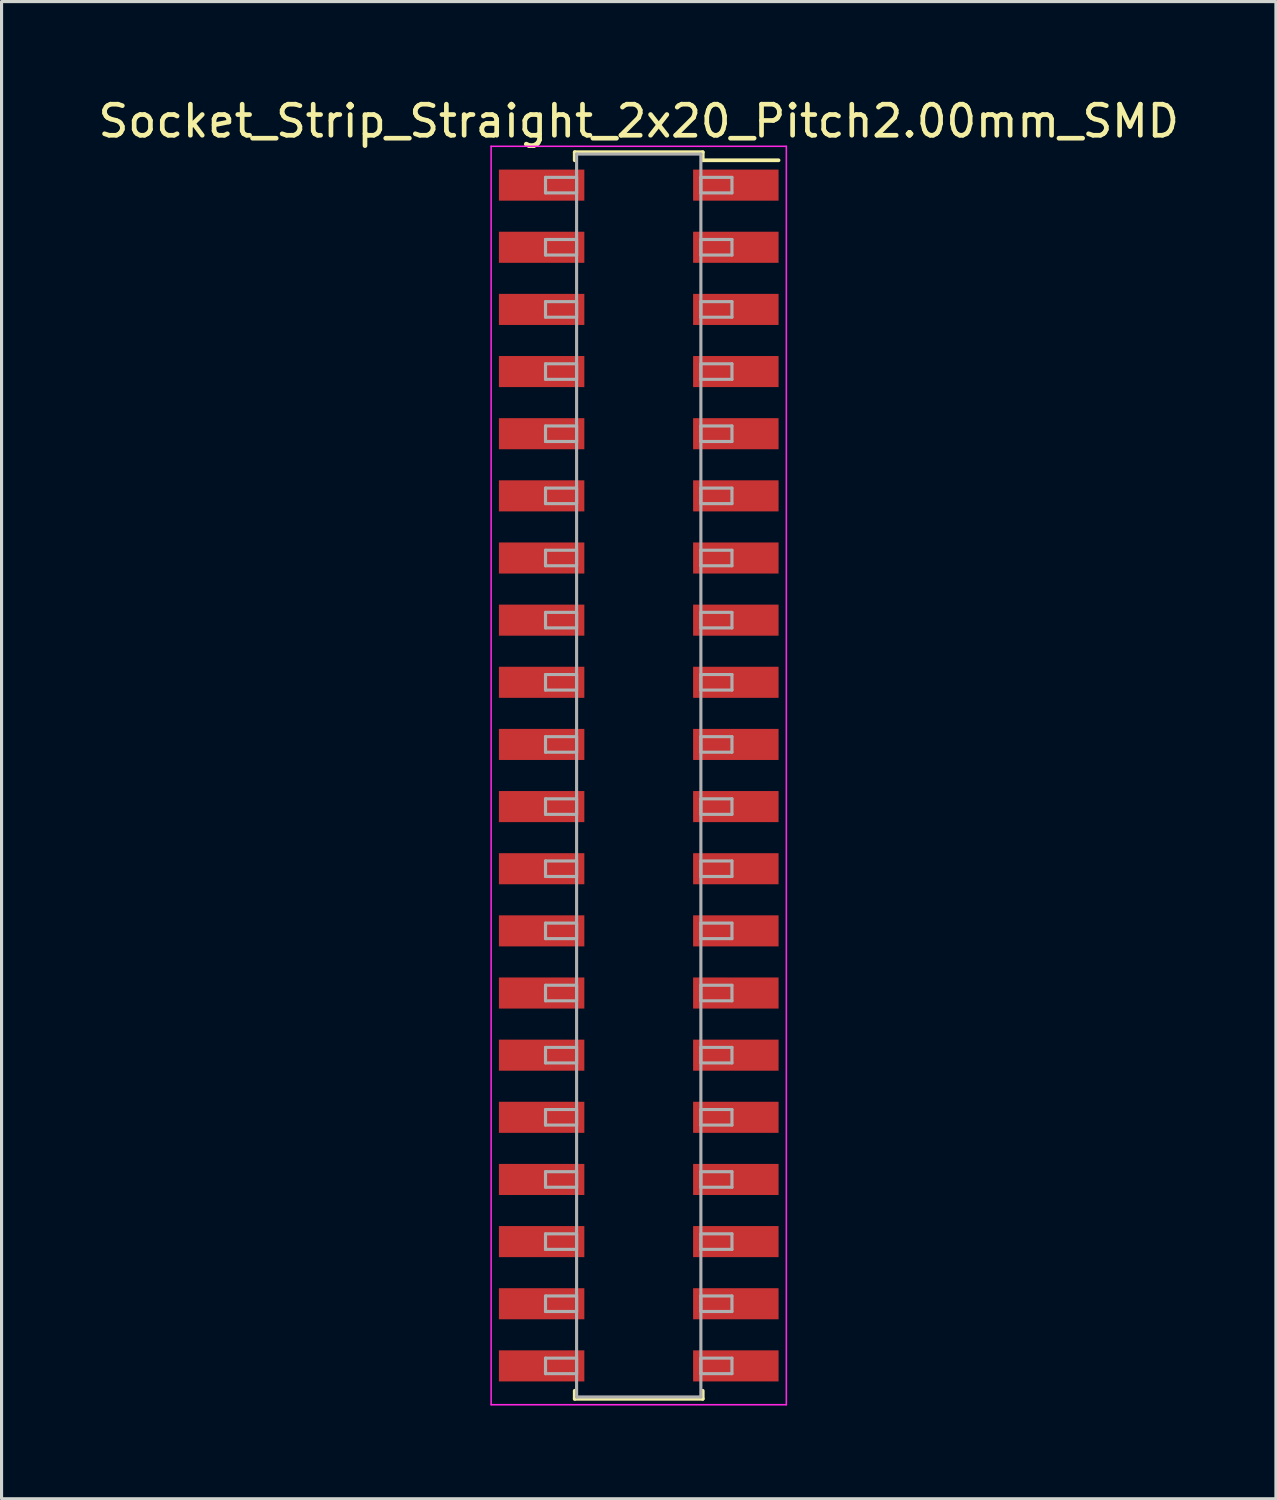
<source format=kicad_pcb>
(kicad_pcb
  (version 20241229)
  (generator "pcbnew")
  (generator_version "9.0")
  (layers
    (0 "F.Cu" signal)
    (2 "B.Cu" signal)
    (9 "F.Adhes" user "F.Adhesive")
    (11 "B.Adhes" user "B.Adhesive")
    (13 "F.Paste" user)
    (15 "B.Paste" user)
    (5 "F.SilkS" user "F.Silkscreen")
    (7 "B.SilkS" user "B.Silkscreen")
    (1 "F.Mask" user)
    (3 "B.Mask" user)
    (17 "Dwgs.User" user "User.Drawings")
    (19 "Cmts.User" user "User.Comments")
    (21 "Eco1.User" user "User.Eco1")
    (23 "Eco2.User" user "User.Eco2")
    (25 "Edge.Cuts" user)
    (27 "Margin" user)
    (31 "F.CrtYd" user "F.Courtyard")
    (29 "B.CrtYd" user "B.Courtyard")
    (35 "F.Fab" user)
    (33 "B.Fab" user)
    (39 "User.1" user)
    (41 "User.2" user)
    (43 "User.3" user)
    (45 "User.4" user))
  (footprint "Socket_Strip_Straight_2x20_Pitch2.00mm_SMD"
    (layer "F.Cu")
    (at 17.506 21.908)
    (property "Reference" "Socket_Strip_Straight_2x20_Pitch2.00mm_SMD" (at 0 -21.06 0) (layer "F.SilkS") (effects (font (size 1 1) (thickness 0.15))))
    (attr smd)
    (fp_line (start -2.06 -20.06) (end 2.06 -20.06) (stroke (width 0.12) (type solid)) (layer "F.SilkS"))
    (fp_line (start -2.06 -19.8) (end -2.06 -20.06) (stroke (width 0.12) (type solid)) (layer "F.SilkS"))
    (fp_line (start -2.06 19.8) (end -2.06 20.06) (stroke (width 0.12) (type solid)) (layer "F.SilkS"))
    (fp_line (start -2.06 20.06) (end 2.06 20.06) (stroke (width 0.12) (type solid)) (layer "F.SilkS"))
    (fp_line (start 2.06 -20.06) (end 2.06 -19.8) (stroke (width 0.12) (type solid)) (layer "F.SilkS"))
    (fp_line (start 2.06 20.06) (end 2.06 19.8) (stroke (width 0.12) (type solid)) (layer "F.SilkS"))
    (fp_line (start 4.5 -19.8) (end 2.06 -19.8) (stroke (width 0.12) (type solid)) (layer "F.SilkS"))
    (fp_line (start -4.75 -20.25) (end -4.75 20.25) (stroke (width 0.05) (type solid)) (layer "F.CrtYd"))
    (fp_line (start -4.75 20.25) (end 4.75 20.25) (stroke (width 0.05) (type solid)) (layer "F.CrtYd"))
    (fp_line (start 4.75 -20.25) (end -4.75 -20.25) (stroke (width 0.05) (type solid)) (layer "F.CrtYd"))
    (fp_line (start 4.75 20.25) (end 4.75 -20.25) (stroke (width 0.05) (type solid)) (layer "F.CrtYd"))
    (fp_line (start -3 -19.25) (end -2 -19.25) (stroke (width 0.1) (type solid)) (layer "F.Fab"))
    (fp_line (start -3 -18.75) (end -3 -19.25) (stroke (width 0.1) (type solid)) (layer "F.Fab"))
    (fp_line (start -3 -17.25) (end -2 -17.25) (stroke (width 0.1) (type solid)) (layer "F.Fab"))
    (fp_line (start -3 -16.75) (end -3 -17.25) (stroke (width 0.1) (type solid)) (layer "F.Fab"))
    (fp_line (start -3 -15.25) (end -2 -15.25) (stroke (width 0.1) (type solid)) (layer "F.Fab"))
    (fp_line (start -3 -14.75) (end -3 -15.25) (stroke (width 0.1) (type solid)) (layer "F.Fab"))
    (fp_line (start -3 -13.25) (end -2 -13.25) (stroke (width 0.1) (type solid)) (layer "F.Fab"))
    (fp_line (start -3 -12.75) (end -3 -13.25) (stroke (width 0.1) (type solid)) (layer "F.Fab"))
    (fp_line (start -3 -11.25) (end -2 -11.25) (stroke (width 0.1) (type solid)) (layer "F.Fab"))
    (fp_line (start -3 -10.75) (end -3 -11.25) (stroke (width 0.1) (type solid)) (layer "F.Fab"))
    (fp_line (start -3 -9.25) (end -2 -9.25) (stroke (width 0.1) (type solid)) (layer "F.Fab"))
    (fp_line (start -3 -8.75) (end -3 -9.25) (stroke (width 0.1) (type solid)) (layer "F.Fab"))
    (fp_line (start -3 -7.25) (end -2 -7.25) (stroke (width 0.1) (type solid)) (layer "F.Fab"))
    (fp_line (start -3 -6.75) (end -3 -7.25) (stroke (width 0.1) (type solid)) (layer "F.Fab"))
    (fp_line (start -3 -5.25) (end -2 -5.25) (stroke (width 0.1) (type solid)) (layer "F.Fab"))
    (fp_line (start -3 -4.75) (end -3 -5.25) (stroke (width 0.1) (type solid)) (layer "F.Fab"))
    (fp_line (start -3 -3.25) (end -2 -3.25) (stroke (width 0.1) (type solid)) (layer "F.Fab"))
    (fp_line (start -3 -2.75) (end -3 -3.25) (stroke (width 0.1) (type solid)) (layer "F.Fab"))
    (fp_line (start -3 -1.25) (end -2 -1.25) (stroke (width 0.1) (type solid)) (layer "F.Fab"))
    (fp_line (start -3 -0.75) (end -3 -1.25) (stroke (width 0.1) (type solid)) (layer "F.Fab"))
    (fp_line (start -3 0.75) (end -2 0.75) (stroke (width 0.1) (type solid)) (layer "F.Fab"))
    (fp_line (start -3 1.25) (end -3 0.75) (stroke (width 0.1) (type solid)) (layer "F.Fab"))
    (fp_line (start -3 2.75) (end -2 2.75) (stroke (width 0.1) (type solid)) (layer "F.Fab"))
    (fp_line (start -3 3.25) (end -3 2.75) (stroke (width 0.1) (type solid)) (layer "F.Fab"))
    (fp_line (start -3 4.75) (end -2 4.75) (stroke (width 0.1) (type solid)) (layer "F.Fab"))
    (fp_line (start -3 5.25) (end -3 4.75) (stroke (width 0.1) (type solid)) (layer "F.Fab"))
    (fp_line (start -3 6.75) (end -2 6.75) (stroke (width 0.1) (type solid)) (layer "F.Fab"))
    (fp_line (start -3 7.25) (end -3 6.75) (stroke (width 0.1) (type solid)) (layer "F.Fab"))
    (fp_line (start -3 8.75) (end -2 8.75) (stroke (width 0.1) (type solid)) (layer "F.Fab"))
    (fp_line (start -3 9.25) (end -3 8.75) (stroke (width 0.1) (type solid)) (layer "F.Fab"))
    (fp_line (start -3 10.75) (end -2 10.75) (stroke (width 0.1) (type solid)) (layer "F.Fab"))
    (fp_line (start -3 11.25) (end -3 10.75) (stroke (width 0.1) (type solid)) (layer "F.Fab"))
    (fp_line (start -3 12.75) (end -2 12.75) (stroke (width 0.1) (type solid)) (layer "F.Fab"))
    (fp_line (start -3 13.25) (end -3 12.75) (stroke (width 0.1) (type solid)) (layer "F.Fab"))
    (fp_line (start -3 14.75) (end -2 14.75) (stroke (width 0.1) (type solid)) (layer "F.Fab"))
    (fp_line (start -3 15.25) (end -3 14.75) (stroke (width 0.1) (type solid)) (layer "F.Fab"))
    (fp_line (start -3 16.75) (end -2 16.75) (stroke (width 0.1) (type solid)) (layer "F.Fab"))
    (fp_line (start -3 17.25) (end -3 16.75) (stroke (width 0.1) (type solid)) (layer "F.Fab"))
    (fp_line (start -3 18.75) (end -2 18.75) (stroke (width 0.1) (type solid)) (layer "F.Fab"))
    (fp_line (start -3 19.25) (end -3 18.75) (stroke (width 0.1) (type solid)) (layer "F.Fab"))
    (fp_line (start -2 -20) (end -2 20) (stroke (width 0.1) (type solid)) (layer "F.Fab"))
    (fp_line (start -2 -19.25) (end -2 -18.75) (stroke (width 0.1) (type solid)) (layer "F.Fab"))
    (fp_line (start -2 -18.75) (end -3 -18.75) (stroke (width 0.1) (type solid)) (layer "F.Fab"))
    (fp_line (start -2 -17.25) (end -2 -16.75) (stroke (width 0.1) (type solid)) (layer "F.Fab"))
    (fp_line (start -2 -16.75) (end -3 -16.75) (stroke (width 0.1) (type solid)) (layer "F.Fab"))
    (fp_line (start -2 -15.25) (end -2 -14.75) (stroke (width 0.1) (type solid)) (layer "F.Fab"))
    (fp_line (start -2 -14.75) (end -3 -14.75) (stroke (width 0.1) (type solid)) (layer "F.Fab"))
    (fp_line (start -2 -13.25) (end -2 -12.75) (stroke (width 0.1) (type solid)) (layer "F.Fab"))
    (fp_line (start -2 -12.75) (end -3 -12.75) (stroke (width 0.1) (type solid)) (layer "F.Fab"))
    (fp_line (start -2 -11.25) (end -2 -10.75) (stroke (width 0.1) (type solid)) (layer "F.Fab"))
    (fp_line (start -2 -10.75) (end -3 -10.75) (stroke (width 0.1) (type solid)) (layer "F.Fab"))
    (fp_line (start -2 -9.25) (end -2 -8.75) (stroke (width 0.1) (type solid)) (layer "F.Fab"))
    (fp_line (start -2 -8.75) (end -3 -8.75) (stroke (width 0.1) (type solid)) (layer "F.Fab"))
    (fp_line (start -2 -7.25) (end -2 -6.75) (stroke (width 0.1) (type solid)) (layer "F.Fab"))
    (fp_line (start -2 -6.75) (end -3 -6.75) (stroke (width 0.1) (type solid)) (layer "F.Fab"))
    (fp_line (start -2 -5.25) (end -2 -4.75) (stroke (width 0.1) (type solid)) (layer "F.Fab"))
    (fp_line (start -2 -4.75) (end -3 -4.75) (stroke (width 0.1) (type solid)) (layer "F.Fab"))
    (fp_line (start -2 -3.25) (end -2 -2.75) (stroke (width 0.1) (type solid)) (layer "F.Fab"))
    (fp_line (start -2 -2.75) (end -3 -2.75) (stroke (width 0.1) (type solid)) (layer "F.Fab"))
    (fp_line (start -2 -1.25) (end -2 -0.75) (stroke (width 0.1) (type solid)) (layer "F.Fab"))
    (fp_line (start -2 -0.75) (end -3 -0.75) (stroke (width 0.1) (type solid)) (layer "F.Fab"))
    (fp_line (start -2 0.75) (end -2 1.25) (stroke (width 0.1) (type solid)) (layer "F.Fab"))
    (fp_line (start -2 1.25) (end -3 1.25) (stroke (width 0.1) (type solid)) (layer "F.Fab"))
    (fp_line (start -2 2.75) (end -2 3.25) (stroke (width 0.1) (type solid)) (layer "F.Fab"))
    (fp_line (start -2 3.25) (end -3 3.25) (stroke (width 0.1) (type solid)) (layer "F.Fab"))
    (fp_line (start -2 4.75) (end -2 5.25) (stroke (width 0.1) (type solid)) (layer "F.Fab"))
    (fp_line (start -2 5.25) (end -3 5.25) (stroke (width 0.1) (type solid)) (layer "F.Fab"))
    (fp_line (start -2 6.75) (end -2 7.25) (stroke (width 0.1) (type solid)) (layer "F.Fab"))
    (fp_line (start -2 7.25) (end -3 7.25) (stroke (width 0.1) (type solid)) (layer "F.Fab"))
    (fp_line (start -2 8.75) (end -2 9.25) (stroke (width 0.1) (type solid)) (layer "F.Fab"))
    (fp_line (start -2 9.25) (end -3 9.25) (stroke (width 0.1) (type solid)) (layer "F.Fab"))
    (fp_line (start -2 10.75) (end -2 11.25) (stroke (width 0.1) (type solid)) (layer "F.Fab"))
    (fp_line (start -2 11.25) (end -3 11.25) (stroke (width 0.1) (type solid)) (layer "F.Fab"))
    (fp_line (start -2 12.75) (end -2 13.25) (stroke (width 0.1) (type solid)) (layer "F.Fab"))
    (fp_line (start -2 13.25) (end -3 13.25) (stroke (width 0.1) (type solid)) (layer "F.Fab"))
    (fp_line (start -2 14.75) (end -2 15.25) (stroke (width 0.1) (type solid)) (layer "F.Fab"))
    (fp_line (start -2 15.25) (end -3 15.25) (stroke (width 0.1) (type solid)) (layer "F.Fab"))
    (fp_line (start -2 16.75) (end -2 17.25) (stroke (width 0.1) (type solid)) (layer "F.Fab"))
    (fp_line (start -2 17.25) (end -3 17.25) (stroke (width 0.1) (type solid)) (layer "F.Fab"))
    (fp_line (start -2 18.75) (end -2 19.25) (stroke (width 0.1) (type solid)) (layer "F.Fab"))
    (fp_line (start -2 19.25) (end -3 19.25) (stroke (width 0.1) (type solid)) (layer "F.Fab"))
    (fp_line (start -2 20) (end 2 20) (stroke (width 0.1) (type solid)) (layer "F.Fab"))
    (fp_line (start 2 -20) (end -2 -20) (stroke (width 0.1) (type solid)) (layer "F.Fab"))
    (fp_line (start 2 -19.25) (end 2 -18.75) (stroke (width 0.1) (type solid)) (layer "F.Fab"))
    (fp_line (start 2 -18.75) (end 3 -18.75) (stroke (width 0.1) (type solid)) (layer "F.Fab"))
    (fp_line (start 2 -17.25) (end 2 -16.75) (stroke (width 0.1) (type solid)) (layer "F.Fab"))
    (fp_line (start 2 -16.75) (end 3 -16.75) (stroke (width 0.1) (type solid)) (layer "F.Fab"))
    (fp_line (start 2 -15.25) (end 2 -14.75) (stroke (width 0.1) (type solid)) (layer "F.Fab"))
    (fp_line (start 2 -14.75) (end 3 -14.75) (stroke (width 0.1) (type solid)) (layer "F.Fab"))
    (fp_line (start 2 -13.25) (end 2 -12.75) (stroke (width 0.1) (type solid)) (layer "F.Fab"))
    (fp_line (start 2 -12.75) (end 3 -12.75) (stroke (width 0.1) (type solid)) (layer "F.Fab"))
    (fp_line (start 2 -11.25) (end 2 -10.75) (stroke (width 0.1) (type solid)) (layer "F.Fab"))
    (fp_line (start 2 -10.75) (end 3 -10.75) (stroke (width 0.1) (type solid)) (layer "F.Fab"))
    (fp_line (start 2 -9.25) (end 2 -8.75) (stroke (width 0.1) (type solid)) (layer "F.Fab"))
    (fp_line (start 2 -8.75) (end 3 -8.75) (stroke (width 0.1) (type solid)) (layer "F.Fab"))
    (fp_line (start 2 -7.25) (end 2 -6.75) (stroke (width 0.1) (type solid)) (layer "F.Fab"))
    (fp_line (start 2 -6.75) (end 3 -6.75) (stroke (width 0.1) (type solid)) (layer "F.Fab"))
    (fp_line (start 2 -5.25) (end 2 -4.75) (stroke (width 0.1) (type solid)) (layer "F.Fab"))
    (fp_line (start 2 -4.75) (end 3 -4.75) (stroke (width 0.1) (type solid)) (layer "F.Fab"))
    (fp_line (start 2 -3.25) (end 2 -2.75) (stroke (width 0.1) (type solid)) (layer "F.Fab"))
    (fp_line (start 2 -2.75) (end 3 -2.75) (stroke (width 0.1) (type solid)) (layer "F.Fab"))
    (fp_line (start 2 -1.25) (end 2 -0.75) (stroke (width 0.1) (type solid)) (layer "F.Fab"))
    (fp_line (start 2 -0.75) (end 3 -0.75) (stroke (width 0.1) (type solid)) (layer "F.Fab"))
    (fp_line (start 2 0.75) (end 2 1.25) (stroke (width 0.1) (type solid)) (layer "F.Fab"))
    (fp_line (start 2 1.25) (end 3 1.25) (stroke (width 0.1) (type solid)) (layer "F.Fab"))
    (fp_line (start 2 2.75) (end 2 3.25) (stroke (width 0.1) (type solid)) (layer "F.Fab"))
    (fp_line (start 2 3.25) (end 3 3.25) (stroke (width 0.1) (type solid)) (layer "F.Fab"))
    (fp_line (start 2 4.75) (end 2 5.25) (stroke (width 0.1) (type solid)) (layer "F.Fab"))
    (fp_line (start 2 5.25) (end 3 5.25) (stroke (width 0.1) (type solid)) (layer "F.Fab"))
    (fp_line (start 2 6.75) (end 2 7.25) (stroke (width 0.1) (type solid)) (layer "F.Fab"))
    (fp_line (start 2 7.25) (end 3 7.25) (stroke (width 0.1) (type solid)) (layer "F.Fab"))
    (fp_line (start 2 8.75) (end 2 9.25) (stroke (width 0.1) (type solid)) (layer "F.Fab"))
    (fp_line (start 2 9.25) (end 3 9.25) (stroke (width 0.1) (type solid)) (layer "F.Fab"))
    (fp_line (start 2 10.75) (end 2 11.25) (stroke (width 0.1) (type solid)) (layer "F.Fab"))
    (fp_line (start 2 11.25) (end 3 11.25) (stroke (width 0.1) (type solid)) (layer "F.Fab"))
    (fp_line (start 2 12.75) (end 2 13.25) (stroke (width 0.1) (type solid)) (layer "F.Fab"))
    (fp_line (start 2 13.25) (end 3 13.25) (stroke (width 0.1) (type solid)) (layer "F.Fab"))
    (fp_line (start 2 14.75) (end 2 15.25) (stroke (width 0.1) (type solid)) (layer "F.Fab"))
    (fp_line (start 2 15.25) (end 3 15.25) (stroke (width 0.1) (type solid)) (layer "F.Fab"))
    (fp_line (start 2 16.75) (end 2 17.25) (stroke (width 0.1) (type solid)) (layer "F.Fab"))
    (fp_line (start 2 17.25) (end 3 17.25) (stroke (width 0.1) (type solid)) (layer "F.Fab"))
    (fp_line (start 2 18.75) (end 2 19.25) (stroke (width 0.1) (type solid)) (layer "F.Fab"))
    (fp_line (start 2 19.25) (end 3 19.25) (stroke (width 0.1) (type solid)) (layer "F.Fab"))
    (fp_line (start 2 20) (end 2 -20) (stroke (width 0.1) (type solid)) (layer "F.Fab"))
    (fp_line (start 3 -19.25) (end 2 -19.25) (stroke (width 0.1) (type solid)) (layer "F.Fab"))
    (fp_line (start 3 -18.75) (end 3 -19.25) (stroke (width 0.1) (type solid)) (layer "F.Fab"))
    (fp_line (start 3 -17.25) (end 2 -17.25) (stroke (width 0.1) (type solid)) (layer "F.Fab"))
    (fp_line (start 3 -16.75) (end 3 -17.25) (stroke (width 0.1) (type solid)) (layer "F.Fab"))
    (fp_line (start 3 -15.25) (end 2 -15.25) (stroke (width 0.1) (type solid)) (layer "F.Fab"))
    (fp_line (start 3 -14.75) (end 3 -15.25) (stroke (width 0.1) (type solid)) (layer "F.Fab"))
    (fp_line (start 3 -13.25) (end 2 -13.25) (stroke (width 0.1) (type solid)) (layer "F.Fab"))
    (fp_line (start 3 -12.75) (end 3 -13.25) (stroke (width 0.1) (type solid)) (layer "F.Fab"))
    (fp_line (start 3 -11.25) (end 2 -11.25) (stroke (width 0.1) (type solid)) (layer "F.Fab"))
    (fp_line (start 3 -10.75) (end 3 -11.25) (stroke (width 0.1) (type solid)) (layer "F.Fab"))
    (fp_line (start 3 -9.25) (end 2 -9.25) (stroke (width 0.1) (type solid)) (layer "F.Fab"))
    (fp_line (start 3 -8.75) (end 3 -9.25) (stroke (width 0.1) (type solid)) (layer "F.Fab"))
    (fp_line (start 3 -7.25) (end 2 -7.25) (stroke (width 0.1) (type solid)) (layer "F.Fab"))
    (fp_line (start 3 -6.75) (end 3 -7.25) (stroke (width 0.1) (type solid)) (layer "F.Fab"))
    (fp_line (start 3 -5.25) (end 2 -5.25) (stroke (width 0.1) (type solid)) (layer "F.Fab"))
    (fp_line (start 3 -4.75) (end 3 -5.25) (stroke (width 0.1) (type solid)) (layer "F.Fab"))
    (fp_line (start 3 -3.25) (end 2 -3.25) (stroke (width 0.1) (type solid)) (layer "F.Fab"))
    (fp_line (start 3 -2.75) (end 3 -3.25) (stroke (width 0.1) (type solid)) (layer "F.Fab"))
    (fp_line (start 3 -1.25) (end 2 -1.25) (stroke (width 0.1) (type solid)) (layer "F.Fab"))
    (fp_line (start 3 -0.75) (end 3 -1.25) (stroke (width 0.1) (type solid)) (layer "F.Fab"))
    (fp_line (start 3 0.75) (end 2 0.75) (stroke (width 0.1) (type solid)) (layer "F.Fab"))
    (fp_line (start 3 1.25) (end 3 0.75) (stroke (width 0.1) (type solid)) (layer "F.Fab"))
    (fp_line (start 3 2.75) (end 2 2.75) (stroke (width 0.1) (type solid)) (layer "F.Fab"))
    (fp_line (start 3 3.25) (end 3 2.75) (stroke (width 0.1) (type solid)) (layer "F.Fab"))
    (fp_line (start 3 4.75) (end 2 4.75) (stroke (width 0.1) (type solid)) (layer "F.Fab"))
    (fp_line (start 3 5.25) (end 3 4.75) (stroke (width 0.1) (type solid)) (layer "F.Fab"))
    (fp_line (start 3 6.75) (end 2 6.75) (stroke (width 0.1) (type solid)) (layer "F.Fab"))
    (fp_line (start 3 7.25) (end 3 6.75) (stroke (width 0.1) (type solid)) (layer "F.Fab"))
    (fp_line (start 3 8.75) (end 2 8.75) (stroke (width 0.1) (type solid)) (layer "F.Fab"))
    (fp_line (start 3 9.25) (end 3 8.75) (stroke (width 0.1) (type solid)) (layer "F.Fab"))
    (fp_line (start 3 10.75) (end 2 10.75) (stroke (width 0.1) (type solid)) (layer "F.Fab"))
    (fp_line (start 3 11.25) (end 3 10.75) (stroke (width 0.1) (type solid)) (layer "F.Fab"))
    (fp_line (start 3 12.75) (end 2 12.75) (stroke (width 0.1) (type solid)) (layer "F.Fab"))
    (fp_line (start 3 13.25) (end 3 12.75) (stroke (width 0.1) (type solid)) (layer "F.Fab"))
    (fp_line (start 3 14.75) (end 2 14.75) (stroke (width 0.1) (type solid)) (layer "F.Fab"))
    (fp_line (start 3 15.25) (end 3 14.75) (stroke (width 0.1) (type solid)) (layer "F.Fab"))
    (fp_line (start 3 16.75) (end 2 16.75) (stroke (width 0.1) (type solid)) (layer "F.Fab"))
    (fp_line (start 3 17.25) (end 3 16.75) (stroke (width 0.1) (type solid)) (layer "F.Fab"))
    (fp_line (start 3 18.75) (end 2 18.75) (stroke (width 0.1) (type solid)) (layer "F.Fab"))
    (fp_line (start 3 19.25) (end 3 18.75) (stroke (width 0.1) (type solid)) (layer "F.Fab"))
    (pad "1" smd rect (at 3.125 -19) (size 2.75 1) (layers "F.Cu" "F.Mask"))
    (pad "2" smd rect (at -3.125 -19) (size 2.75 1) (layers "F.Cu" "F.Mask"))
    (pad "3" smd rect (at 3.125 -17) (size 2.75 1) (layers "F.Cu" "F.Mask"))
    (pad "4" smd rect (at -3.125 -17) (size 2.75 1) (layers "F.Cu" "F.Mask"))
    (pad "5" smd rect (at 3.125 -15) (size 2.75 1) (layers "F.Cu" "F.Mask"))
    (pad "6" smd rect (at -3.125 -15) (size 2.75 1) (layers "F.Cu" "F.Mask"))
    (pad "7" smd rect (at 3.125 -13) (size 2.75 1) (layers "F.Cu" "F.Mask"))
    (pad "8" smd rect (at -3.125 -13) (size 2.75 1) (layers "F.Cu" "F.Mask"))
    (pad "9" smd rect (at 3.125 -11) (size 2.75 1) (layers "F.Cu" "F.Mask"))
    (pad "10" smd rect (at -3.125 -11) (size 2.75 1) (layers "F.Cu" "F.Mask"))
    (pad "11" smd rect (at 3.125 -9) (size 2.75 1) (layers "F.Cu" "F.Mask"))
    (pad "12" smd rect (at -3.125 -9) (size 2.75 1) (layers "F.Cu" "F.Mask"))
    (pad "13" smd rect (at 3.125 -7) (size 2.75 1) (layers "F.Cu" "F.Mask"))
    (pad "14" smd rect (at -3.125 -7) (size 2.75 1) (layers "F.Cu" "F.Mask"))
    (pad "15" smd rect (at 3.125 -5) (size 2.75 1) (layers "F.Cu" "F.Mask"))
    (pad "16" smd rect (at -3.125 -5) (size 2.75 1) (layers "F.Cu" "F.Mask"))
    (pad "17" smd rect (at 3.125 -3) (size 2.75 1) (layers "F.Cu" "F.Mask"))
    (pad "18" smd rect (at -3.125 -3) (size 2.75 1) (layers "F.Cu" "F.Mask"))
    (pad "19" smd rect (at 3.125 -1) (size 2.75 1) (layers "F.Cu" "F.Mask"))
    (pad "20" smd rect (at -3.125 -1) (size 2.75 1) (layers "F.Cu" "F.Mask"))
    (pad "21" smd rect (at 3.125 1) (size 2.75 1) (layers "F.Cu" "F.Mask"))
    (pad "22" smd rect (at -3.125 1) (size 2.75 1) (layers "F.Cu" "F.Mask"))
    (pad "23" smd rect (at 3.125 3) (size 2.75 1) (layers "F.Cu" "F.Mask"))
    (pad "24" smd rect (at -3.125 3) (size 2.75 1) (layers "F.Cu" "F.Mask"))
    (pad "25" smd rect (at 3.125 5) (size 2.75 1) (layers "F.Cu" "F.Mask"))
    (pad "26" smd rect (at -3.125 5) (size 2.75 1) (layers "F.Cu" "F.Mask"))
    (pad "27" smd rect (at 3.125 7) (size 2.75 1) (layers "F.Cu" "F.Mask"))
    (pad "28" smd rect (at -3.125 7) (size 2.75 1) (layers "F.Cu" "F.Mask"))
    (pad "29" smd rect (at 3.125 9) (size 2.75 1) (layers "F.Cu" "F.Mask"))
    (pad "30" smd rect (at -3.125 9) (size 2.75 1) (layers "F.Cu" "F.Mask"))
    (pad "31" smd rect (at 3.125 11) (size 2.75 1) (layers "F.Cu" "F.Mask"))
    (pad "32" smd rect (at -3.125 11) (size 2.75 1) (layers "F.Cu" "F.Mask"))
    (pad "33" smd rect (at 3.125 13) (size 2.75 1) (layers "F.Cu" "F.Mask"))
    (pad "34" smd rect (at -3.125 13) (size 2.75 1) (layers "F.Cu" "F.Mask"))
    (pad "35" smd rect (at 3.125 15) (size 2.75 1) (layers "F.Cu" "F.Mask"))
    (pad "36" smd rect (at -3.125 15) (size 2.75 1) (layers "F.Cu" "F.Mask"))
    (pad "37" smd rect (at 3.125 17) (size 2.75 1) (layers "F.Cu" "F.Mask"))
    (pad "38" smd rect (at -3.125 17) (size 2.75 1) (layers "F.Cu" "F.Mask"))
    (pad "39" smd rect (at 3.125 19) (size 2.75 1) (layers "F.Cu" "F.Mask"))
    (pad "40" smd rect (at -3.125 19) (size 2.75 1) (layers "F.Cu" "F.Mask")))
  (gr_rect
    (start -3 -3)
    (end 38.012 45.183)
    (stroke (width 0.1) (type default))
    (fill no)
    (layer "Edge.Cuts")))
</source>
